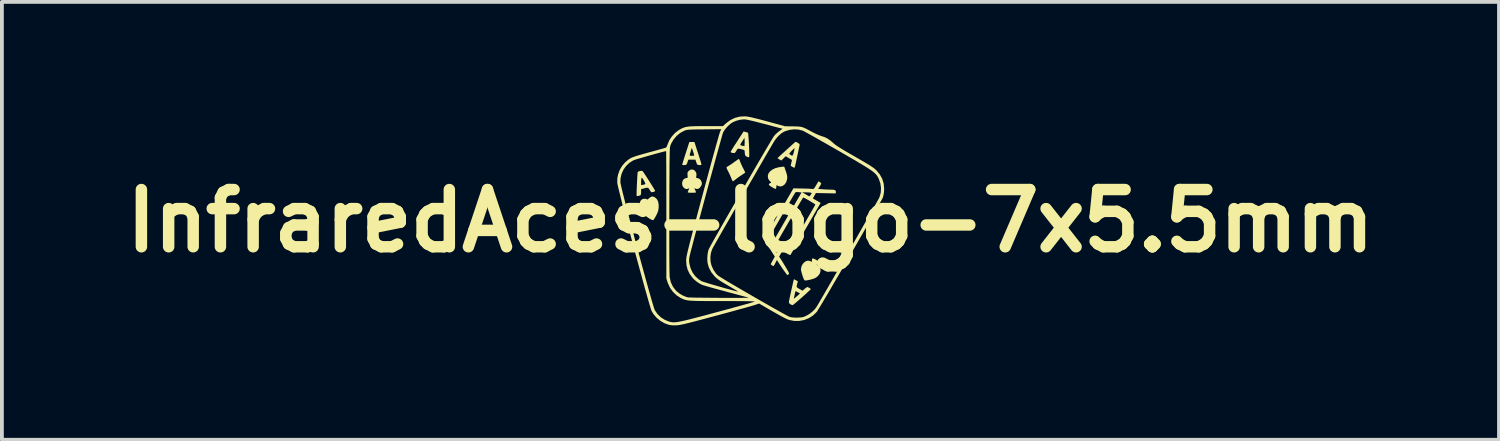
<source format=kicad_pcb>
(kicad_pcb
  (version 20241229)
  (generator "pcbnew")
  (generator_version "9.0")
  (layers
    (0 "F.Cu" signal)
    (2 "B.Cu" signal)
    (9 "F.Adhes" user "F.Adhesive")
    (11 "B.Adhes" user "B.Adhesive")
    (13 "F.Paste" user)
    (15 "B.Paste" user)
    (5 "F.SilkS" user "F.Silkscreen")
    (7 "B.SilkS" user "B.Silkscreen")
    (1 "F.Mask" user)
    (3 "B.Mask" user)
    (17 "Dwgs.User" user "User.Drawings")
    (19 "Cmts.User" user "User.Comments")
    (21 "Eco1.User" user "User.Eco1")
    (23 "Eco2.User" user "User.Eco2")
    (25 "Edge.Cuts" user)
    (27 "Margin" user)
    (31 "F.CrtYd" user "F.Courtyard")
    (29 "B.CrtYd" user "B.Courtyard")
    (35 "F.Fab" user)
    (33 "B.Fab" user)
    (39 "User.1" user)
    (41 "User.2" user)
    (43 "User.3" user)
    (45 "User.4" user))
  (footprint "InfraredAces-logo-7x5.5mm"
    (layer "F.Cu")
    (at 16.621 2.74)
    (property "Reference" "InfraredAces-logo-7x5.5mm" (at 0 0 0) (layer "F.SilkS") (effects (font (size 1.5 1.5) (thickness 0.3))))
    (attr board_only exclude_from_pos_files exclude_from_bom)
    (fp_poly (pts (xy -2.52 -0.625) (xy -2.5 -0.614) (xy -2.45 -0.568) (xy -2.418 -0.502) (xy -2.405 -0.417) (xy -2.405 -0.358) (xy -2.411 -0.303) (xy -2.421 -0.256) (xy -2.439 -0.207) (xy -2.468 -0.146) (xy -2.472 -0.139) (xy -2.5 -0.088) (xy -2.526 -0.047) (xy -2.546 -0.022) (xy -2.553 -0.017) (xy -2.574 -0.022) (xy -2.61 -0.04) (xy -2.656 -0.066) (xy -2.676 -0.079) (xy -2.755 -0.135) (xy -2.813 -0.189) (xy -2.858 -0.248) (xy -2.882 -0.29) (xy -2.905 -0.357) (xy -2.911 -0.425) (xy -2.899 -0.487) (xy -2.872 -0.538) (xy -2.836 -0.568) (xy -2.798 -0.579) (xy -2.756 -0.58) (xy -2.722 -0.571) (xy -2.709 -0.56) (xy -2.697 -0.562) (xy -2.672 -0.58) (xy -2.656 -0.595) (xy -2.611 -0.63) (xy -2.568 -0.64)) (stroke (width 0) (type solid)) (fill yes) (layer "F.SilkS"))
    (fp_poly (pts (xy 1.656 0.988) (xy 1.699 1.008) (xy 1.733 1.028) (xy 1.783 1.062) (xy 1.808 1.088) (xy 1.808 1.11) (xy 1.784 1.128) (xy 1.774 1.133) (xy 1.732 1.15) (xy 1.771 1.174) (xy 1.814 1.214) (xy 1.836 1.267) (xy 1.836 1.326) (xy 1.814 1.387) (xy 1.785 1.427) (xy 1.745 1.467) (xy 1.697 1.498) (xy 1.637 1.522) (xy 1.56 1.543) (xy 1.464 1.561) (xy 1.431 1.563) (xy 1.411 1.55) (xy 1.401 1.532) (xy 1.386 1.497) (xy 1.369 1.447) (xy 1.351 1.392) (xy 1.336 1.338) (xy 1.327 1.295) (xy 1.324 1.275) (xy 1.334 1.206) (xy 1.361 1.145) (xy 1.4 1.095) (xy 1.448 1.06) (xy 1.501 1.043) (xy 1.554 1.049) (xy 1.568 1.055) (xy 1.611 1.076) (xy 1.611 1.029) (xy 1.615 0.998) (xy 1.629 0.985)) (stroke (width 0) (type solid)) (fill yes) (layer "F.SilkS"))
    (fp_poly (pts (xy 0.911 -1.35) (xy 0.938 -1.271) (xy 0.956 -1.21) (xy 0.964 -1.162) (xy 0.964 -1.119) (xy 0.957 -1.075) (xy 0.956 -1.071) (xy 0.932 -1.004) (xy 0.893 -0.952) (xy 0.845 -0.917) (xy 0.792 -0.902) (xy 0.739 -0.91) (xy 0.721 -0.918) (xy 0.684 -0.94) (xy 0.68 -0.891) (xy 0.674 -0.858) (xy 0.664 -0.839) (xy 0.662 -0.839) (xy 0.644 -0.843) (xy 0.61 -0.859) (xy 0.567 -0.883) (xy 0.563 -0.885) (xy 0.513 -0.917) (xy 0.486 -0.942) (xy 0.481 -0.961) (xy 0.497 -0.978) (xy 0.508 -0.984) (xy 0.537 -1) (xy 0.542 -1.012) (xy 0.525 -1.029) (xy 0.515 -1.037) (xy 0.486 -1.07) (xy 0.465 -1.111) (xy 0.463 -1.114) (xy 0.455 -1.179) (xy 0.471 -1.24) (xy 0.511 -1.295) (xy 0.57 -1.342) (xy 0.648 -1.38) (xy 0.742 -1.406) (xy 0.807 -1.415) (xy 0.884 -1.423)) (stroke (width 0) (type solid)) (fill yes) (layer "F.SilkS"))
    (fp_poly (pts (xy -0.292 -1.612) (xy -0.279 -1.583) (xy -0.274 -1.566) (xy -0.26 -1.528) (xy -0.237 -1.474) (xy -0.209 -1.416) (xy -0.197 -1.391) (xy -0.171 -1.341) (xy -0.15 -1.299) (xy -0.139 -1.273) (xy -0.136 -1.267) (xy -0.147 -1.257) (xy -0.176 -1.237) (xy -0.216 -1.211) (xy -0.22 -1.208) (xy -0.277 -1.17) (xy -0.338 -1.127) (xy -0.377 -1.097) (xy -0.415 -1.067) (xy -0.445 -1.046) (xy -0.46 -1.037) (xy -0.461 -1.037) (xy -0.47 -1.049) (xy -0.486 -1.08) (xy -0.503 -1.123) (xy -0.528 -1.182) (xy -0.559 -1.249) (xy -0.582 -1.294) (xy -0.605 -1.339) (xy -0.621 -1.375) (xy -0.628 -1.396) (xy -0.628 -1.397) (xy -0.617 -1.414) (xy -0.589 -1.433) (xy -0.583 -1.436) (xy -0.553 -1.453) (xy -0.509 -1.482) (xy -0.457 -1.518) (xy -0.426 -1.541) (xy -0.378 -1.575) (xy -0.338 -1.603) (xy -0.311 -1.62) (xy -0.302 -1.624)) (stroke (width 0) (type solid)) (fill yes) (layer "F.SilkS"))
    (fp_poly (pts (xy -1.376 -1.781) (xy -1.349 -1.697) (xy -1.325 -1.621) (xy -1.305 -1.557) (xy -1.291 -1.509) (xy -1.284 -1.481) (xy -1.283 -1.477) (xy -1.293 -1.465) (xy -1.325 -1.462) (xy -1.34 -1.463) (xy -1.374 -1.467) (xy -1.393 -1.477) (xy -1.407 -1.501) (xy -1.42 -1.535) (xy -1.442 -1.604) (xy -1.535 -1.604) (xy -1.629 -1.604) (xy -1.651 -1.535) (xy -1.666 -1.496) (xy -1.68 -1.475) (xy -1.702 -1.466) (xy -1.731 -1.463) (xy -1.77 -1.463) (xy -1.787 -1.472) (xy -1.788 -1.477) (xy -1.783 -1.494) (xy -1.772 -1.534) (xy -1.754 -1.592) (xy -1.732 -1.663) (xy -1.715 -1.715) (xy -1.592 -1.715) (xy -1.578 -1.708) (xy -1.543 -1.706) (xy -1.536 -1.706) (xy -1.499 -1.708) (xy -1.477 -1.712) (xy -1.474 -1.714) (xy -1.478 -1.732) (xy -1.487 -1.766) (xy -1.5 -1.808) (xy -1.514 -1.851) (xy -1.526 -1.887) (xy -1.534 -1.908) (xy -1.536 -1.911) (xy -1.542 -1.899) (xy -1.552 -1.868) (xy -1.563 -1.832) (xy -1.576 -1.786) (xy -1.587 -1.747) (xy -1.592 -1.73) (xy -1.592 -1.715) (xy -1.715 -1.715) (xy -1.706 -1.744) (xy -1.694 -1.781) (xy -1.601 -2.068) (xy -1.535 -2.068) (xy -1.469 -2.068)) (stroke (width 0) (type solid)) (fill yes) (layer "F.SilkS"))
    (fp_poly (pts (xy -1.485 -1.336) (xy -1.449 -1.307) (xy -1.423 -1.265) (xy -1.413 -1.213) (xy -1.422 -1.156) (xy -1.423 -1.153) (xy -1.425 -1.133) (xy -1.408 -1.125) (xy -1.399 -1.124) (xy -1.345 -1.108) (xy -1.304 -1.07) (xy -1.282 -1.025) (xy -1.273 -0.985) (xy -1.277 -0.952) (xy -1.291 -0.919) (xy -1.327 -0.867) (xy -1.37 -0.84) (xy -1.418 -0.837) (xy -1.432 -0.842) (xy -1.473 -0.857) (xy -1.447 -0.806) (xy -1.433 -0.772) (xy -1.428 -0.749) (xy -1.429 -0.746) (xy -1.446 -0.741) (xy -1.483 -0.738) (xy -1.531 -0.737) (xy -1.535 -0.737) (xy -1.585 -0.738) (xy -1.623 -0.741) (xy -1.641 -0.745) (xy -1.642 -0.746) (xy -1.641 -0.762) (xy -1.63 -0.792) (xy -1.623 -0.808) (xy -1.607 -0.841) (xy -1.603 -0.854) (xy -1.611 -0.853) (xy -1.623 -0.847) (xy -1.67 -0.833) (xy -1.716 -0.846) (xy -1.738 -0.86) (xy -1.773 -0.902) (xy -1.79 -0.952) (xy -1.79 -1.005) (xy -1.775 -1.055) (xy -1.746 -1.094) (xy -1.705 -1.118) (xy -1.674 -1.123) (xy -1.656 -1.125) (xy -1.648 -1.135) (xy -1.646 -1.16) (xy -1.649 -1.197) (xy -1.651 -1.242) (xy -1.646 -1.272) (xy -1.63 -1.296) (xy -1.617 -1.311) (xy -1.573 -1.341) (xy -1.528 -1.348)) (stroke (width 0) (type solid)) (fill yes) (layer "F.SilkS"))
    (fp_poly (pts (xy -0.12 -2.328) (xy -0.061 -2.311) (xy -0.053 -2.214) (xy -0.047 -2.143) (xy -0.042 -2.065) (xy -0.038 -1.982) (xy -0.034 -1.901) (xy -0.032 -1.825) (xy -0.031 -1.76) (xy -0.031 -1.708) (xy -0.033 -1.676) (xy -0.036 -1.666) (xy -0.056 -1.671) (xy -0.089 -1.68) (xy -0.09 -1.68) (xy -0.122 -1.697) (xy -0.141 -1.73) (xy -0.149 -1.782) (xy -0.15 -1.816) (xy -0.154 -1.843) (xy -0.171 -1.859) (xy -0.202 -1.869) (xy -0.262 -1.885) (xy -0.301 -1.892) (xy -0.326 -1.891) (xy -0.343 -1.88) (xy -0.358 -1.857) (xy -0.366 -1.844) (xy -0.387 -1.809) (xy -0.405 -1.786) (xy -0.41 -1.781) (xy -0.432 -1.777) (xy -0.464 -1.781) (xy -0.496 -1.789) (xy -0.516 -1.8) (xy -0.519 -1.805) (xy -0.516 -1.815) (xy -0.506 -1.833) (xy -0.489 -1.863) (xy -0.462 -1.907) (xy -0.425 -1.966) (xy -0.408 -1.992) (xy -0.265 -1.992) (xy -0.255 -1.981) (xy -0.231 -1.974) (xy -0.216 -1.971) (xy -0.157 -1.958) (xy -0.153 -2.01) (xy -0.151 -2.059) (xy -0.152 -2.112) (xy -0.153 -2.119) (xy -0.157 -2.177) (xy -0.209 -2.096) (xy -0.242 -2.045) (xy -0.261 -2.012) (xy -0.265 -1.992) (xy -0.408 -1.992) (xy -0.375 -2.042) (xy -0.313 -2.138) (xy -0.278 -2.193) (xy -0.178 -2.345)) (stroke (width 0) (type solid)) (fill yes) (layer "F.SilkS"))
    (fp_poly (pts (xy 1.215 -2.06) (xy 1.241 -2.046) (xy 1.276 -2.023) (xy 1.29 -2.003) (xy 1.289 -1.987) (xy 1.285 -1.965) (xy 1.275 -1.921) (xy 1.262 -1.86) (xy 1.246 -1.786) (xy 1.229 -1.704) (xy 1.228 -1.699) (xy 1.207 -1.601) (xy 1.191 -1.526) (xy 1.179 -1.472) (xy 1.17 -1.434) (xy 1.163 -1.411) (xy 1.158 -1.398) (xy 1.153 -1.393) (xy 1.149 -1.392) (xy 1.132 -1.399) (xy 1.103 -1.415) (xy 1.097 -1.418) (xy 1.054 -1.444) (xy 1.072 -1.521) (xy 1.089 -1.597) (xy 1.007 -1.646) (xy 0.924 -1.694) (xy 0.867 -1.638) (xy 0.809 -1.582) (xy 0.76 -1.611) (xy 0.729 -1.63) (xy 0.711 -1.643) (xy 0.71 -1.645) (xy 0.719 -1.655) (xy 0.746 -1.68) (xy 0.786 -1.717) (xy 0.826 -1.753) (xy 1.017 -1.753) (xy 1.018 -1.752) (xy 1.041 -1.739) (xy 1.059 -1.726) (xy 1.084 -1.711) (xy 1.102 -1.712) (xy 1.116 -1.732) (xy 1.13 -1.774) (xy 1.137 -1.804) (xy 1.148 -1.851) (xy 1.155 -1.887) (xy 1.156 -1.905) (xy 1.156 -1.906) (xy 1.145 -1.899) (xy 1.121 -1.876) (xy 1.087 -1.843) (xy 1.077 -1.834) (xy 1.045 -1.797) (xy 1.023 -1.769) (xy 1.017 -1.753) (xy 0.826 -1.753) (xy 0.836 -1.763) (xy 0.894 -1.815) (xy 0.955 -1.871) (xy 1.016 -1.926) (xy 1.074 -1.978) (xy 1.126 -2.025) (xy 1.156 -2.051) (xy 1.175 -2.067) (xy 1.192 -2.07)) (stroke (width 0) (type solid)) (fill yes) (layer "F.SilkS"))
    (fp_poly (pts (xy -2.837 -1.31) (xy -2.826 -1.304) (xy -2.808 -1.28) (xy -2.781 -1.24) (xy -2.745 -1.186) (xy -2.705 -1.124) (xy -2.662 -1.057) (xy -2.619 -0.989) (xy -2.579 -0.925) (xy -2.544 -0.869) (xy -2.518 -0.824) (xy -2.501 -0.795) (xy -2.498 -0.786) (xy -2.51 -0.772) (xy -2.539 -0.76) (xy -2.577 -0.752) (xy -2.594 -0.751) (xy -2.607 -0.761) (xy -2.627 -0.789) (xy -2.642 -0.813) (xy -2.661 -0.844) (xy -2.678 -0.862) (xy -2.699 -0.869) (xy -2.73 -0.867) (xy -2.778 -0.855) (xy -2.814 -0.845) (xy -2.866 -0.832) (xy -2.866 -0.758) (xy -2.869 -0.715) (xy -2.875 -0.685) (xy -2.88 -0.675) (xy -2.912 -0.661) (xy -2.946 -0.653) (xy -2.974 -0.652) (xy -2.983 -0.656) (xy -2.984 -0.673) (xy -2.984 -0.711) (xy -2.983 -0.767) (xy -2.981 -0.837) (xy -2.978 -0.914) (xy -2.977 -0.938) (xy -2.866 -0.938) (xy -2.816 -0.946) (xy -2.78 -0.954) (xy -2.757 -0.964) (xy -2.755 -0.966) (xy -2.756 -0.982) (xy -2.77 -1.014) (xy -2.793 -1.056) (xy -2.796 -1.062) (xy -2.824 -1.105) (xy -2.84 -1.127) (xy -2.85 -1.131) (xy -2.856 -1.12) (xy -2.857 -1.116) (xy -2.862 -1.085) (xy -2.865 -1.039) (xy -2.866 -1.012) (xy -2.866 -0.938) (xy -2.977 -0.938) (xy -2.974 -0.994) (xy -2.97 -1.073) (xy -2.966 -1.145) (xy -2.962 -1.206) (xy -2.959 -1.252) (xy -2.956 -1.276) (xy -2.955 -1.278) (xy -2.938 -1.293) (xy -2.906 -1.305) (xy -2.868 -1.311)) (stroke (width 0) (type solid)) (fill yes) (layer "F.SilkS"))
    (fp_poly (pts (xy 1.152 1.535) (xy 1.178 1.548) (xy 1.209 1.564) (xy 1.233 1.579) (xy 1.242 1.588) (xy 1.239 1.601) (xy 1.23 1.633) (xy 1.223 1.661) (xy 1.213 1.699) (xy 1.211 1.723) (xy 1.22 1.742) (xy 1.245 1.761) (xy 1.288 1.786) (xy 1.3 1.793) (xy 1.366 1.83) (xy 1.422 1.782) (xy 1.456 1.755) (xy 1.482 1.737) (xy 1.491 1.733) (xy 1.511 1.74) (xy 1.54 1.755) (xy 1.567 1.772) (xy 1.582 1.786) (xy 1.583 1.788) (xy 1.573 1.8) (xy 1.546 1.827) (xy 1.505 1.865) (xy 1.454 1.912) (xy 1.396 1.964) (xy 1.336 2.017) (xy 1.275 2.07) (xy 1.219 2.119) (xy 1.17 2.16) (xy 1.132 2.19) (xy 1.108 2.208) (xy 1.103 2.21) (xy 1.08 2.202) (xy 1.048 2.185) (xy 1.044 2.183) (xy 1.014 2.156) (xy 1.008 2.128) (xy 1.008 2.126) (xy 1.013 2.096) (xy 1.023 2.048) (xy 1.026 2.032) (xy 1.136 2.032) (xy 1.141 2.034) (xy 1.163 2.021) (xy 1.196 1.994) (xy 1.212 1.981) (xy 1.251 1.947) (xy 1.281 1.92) (xy 1.296 1.905) (xy 1.297 1.903) (xy 1.286 1.895) (xy 1.26 1.88) (xy 1.228 1.863) (xy 1.199 1.849) (xy 1.183 1.843) (xy 1.183 1.843) (xy 1.178 1.855) (xy 1.169 1.887) (xy 1.161 1.926) (xy 1.151 1.974) (xy 1.141 2.013) (xy 1.136 2.032) (xy 1.026 2.032) (xy 1.036 1.985) (xy 1.051 1.913) (xy 1.068 1.836) (xy 1.085 1.759) (xy 1.102 1.686) (xy 1.116 1.622) (xy 1.128 1.572) (xy 1.136 1.541) (xy 1.139 1.532)) (stroke (width 0) (type solid)) (fill yes) (layer "F.SilkS"))
    (fp_poly (pts (xy 1.795 -1.032) (xy 1.818 -1.018) (xy 1.841 -1) (xy 1.855 -0.984) (xy 1.856 -0.981) (xy 1.849 -0.964) (xy 1.832 -0.931) (xy 1.816 -0.904) (xy 1.775 -0.839) (xy 1.867 -0.831) (xy 1.929 -0.826) (xy 2.002 -0.822) (xy 2.068 -0.82) (xy 2.139 -0.818) (xy 2.187 -0.814) (xy 2.217 -0.806) (xy 2.233 -0.792) (xy 2.238 -0.771) (xy 2.238 -0.761) (xy 2.238 -0.72) (xy 1.977 -0.725) (xy 1.716 -0.73) (xy 1.676 -0.659) (xy 1.636 -0.589) (xy 1.738 -0.53) (xy 1.84 -0.471) (xy 1.447 0.209) (xy 1.375 0.333) (xy 1.307 0.451) (xy 1.244 0.559) (xy 1.188 0.656) (xy 1.139 0.739) (xy 1.1 0.807) (xy 1.07 0.857) (xy 1.052 0.887) (xy 1.047 0.896) (xy 1.032 0.893) (xy 1 0.879) (xy 0.957 0.857) (xy 0.94 0.847) (xy 0.894 0.822) (xy 0.857 0.806) (xy 0.836 0.8) (xy 0.833 0.801) (xy 0.821 0.819) (xy 0.801 0.851) (xy 0.788 0.875) (xy 0.752 0.937) (xy 0.788 0.991) (xy 0.809 1.022) (xy 0.839 1.071) (xy 0.876 1.132) (xy 0.915 1.197) (xy 0.925 1.213) (xy 0.963 1.279) (xy 0.99 1.326) (xy 1.005 1.358) (xy 1.011 1.378) (xy 1.009 1.39) (xy 1.001 1.399) (xy 1 1.4) (xy 0.978 1.415) (xy 0.968 1.419) (xy 0.957 1.409) (xy 0.935 1.381) (xy 0.905 1.34) (xy 0.886 1.314) (xy 0.843 1.253) (xy 0.798 1.187) (xy 0.759 1.127) (xy 0.752 1.116) (xy 0.693 1.025) (xy 0.653 1.106) (xy 0.631 1.147) (xy 0.613 1.176) (xy 0.603 1.187) (xy 0.587 1.179) (xy 0.561 1.162) (xy 0.529 1.137) (xy 0.584 1.036) (xy 0.639 0.935) (xy 0.496 0.711) (xy 0.454 0.645) (xy 0.579 0.645) (xy 0.583 0.658) (xy 0.598 0.687) (xy 0.62 0.725) (xy 0.646 0.765) (xy 0.669 0.801) (xy 0.688 0.826) (xy 0.696 0.833) (xy 0.708 0.822) (xy 0.724 0.795) (xy 0.724 0.795) (xy 0.739 0.766) (xy 0.747 0.749) (xy 0.739 0.739) (xy 0.713 0.72) (xy 0.678 0.697) (xy 0.64 0.674) (xy 0.606 0.655) (xy 0.584 0.645) (xy 0.579 0.645) (xy 0.454 0.645) (xy 0.446 0.632) (xy 0.41 0.573) (xy 0.385 0.53) (xy 0.371 0.5) (xy 0.365 0.48) (xy 0.466 0.48) (xy 0.507 0.548) (xy 0.53 0.583) (xy 0.547 0.606) (xy 0.554 0.611) (xy 0.561 0.599) (xy 0.575 0.574) (xy 0.692 0.574) (xy 0.702 0.585) (xy 0.731 0.606) (xy 0.773 0.633) (xy 0.822 0.664) (xy 0.875 0.696) (xy 0.925 0.725) (xy 0.967 0.748) (xy 0.995 0.761) (xy 1.004 0.764) (xy 1.013 0.752) (xy 1.035 0.719) (xy 1.067 0.667) (xy 1.109 0.598) (xy 1.159 0.515) (xy 1.216 0.418) (xy 1.278 0.312) (xy 1.344 0.197) (xy 1.357 0.174) (xy 1.424 0.058) (xy 1.487 -0.051) (xy 1.544 -0.15) (xy 1.594 -0.238) (xy 1.636 -0.311) (xy 1.669 -0.368) (xy 1.691 -0.407) (xy 1.701 -0.425) (xy 1.702 -0.425) (xy 1.692 -0.435) (xy 1.664 -0.455) (xy 1.623 -0.481) (xy 1.573 -0.512) (xy 1.52 -0.543) (xy 1.47 -0.572) (xy 1.426 -0.595) (xy 1.395 -0.609) (xy 1.383 -0.613) (xy 1.374 -0.601) (xy 1.354 -0.568) (xy 1.323 -0.516) (xy 1.283 -0.45) (xy 1.236 -0.37) (xy 1.184 -0.281) (xy 1.127 -0.184) (xy 1.069 -0.083) (xy 1.009 0.019) (xy 0.95 0.121) (xy 0.893 0.219) (xy 0.841 0.31) (xy 0.793 0.393) (xy 0.753 0.463) (xy 0.722 0.518) (xy 0.701 0.556) (xy 0.693 0.574) (xy 0.692 0.574) (xy 0.575 0.574) (xy 0.581 0.565) (xy 0.612 0.512) (xy 0.653 0.441) (xy 0.703 0.355) (xy 0.76 0.257) (xy 0.824 0.147) (xy 0.892 0.028) (xy 0.948 -0.069) (xy 1.339 -0.744) (xy 1.29 -0.75) (xy 1.358 -0.75) (xy 1.447 -0.697) (xy 1.49 -0.671) (xy 1.525 -0.652) (xy 1.543 -0.643) (xy 1.544 -0.643) (xy 1.557 -0.652) (xy 1.576 -0.678) (xy 1.581 -0.686) (xy 1.61 -0.73) (xy 1.579 -0.739) (xy 1.551 -0.744) (xy 1.505 -0.747) (xy 1.454 -0.749) (xy 1.358 -0.75) (xy 1.29 -0.75) (xy 1.266 -0.753) (xy 1.213 -0.757) (xy 1.182 -0.749) (xy 1.179 -0.746) (xy 1.169 -0.732) (xy 1.147 -0.696) (xy 1.114 -0.641) (xy 1.072 -0.569) (xy 1.022 -0.482) (xy 0.964 -0.384) (xy 0.901 -0.275) (xy 0.834 -0.159) (xy 0.815 -0.125) (xy 0.466 0.48) (xy 0.365 0.48) (xy 0.364 0.48) (xy 0.365 0.465) (xy 0.368 0.458) (xy 0.378 0.442) (xy 0.399 0.403) (xy 0.433 0.346) (xy 0.475 0.272) (xy 0.527 0.183) (xy 0.585 0.082) (xy 0.649 -0.029) (xy 0.718 -0.147) (xy 0.755 -0.212) (xy 1.127 -0.853) (xy 1.345 -0.849) (xy 1.423 -0.847) (xy 1.496 -0.845) (xy 1.556 -0.842) (xy 1.599 -0.839) (xy 1.612 -0.838) (xy 1.636 -0.835) (xy 1.654 -0.839) (xy 1.671 -0.853) (xy 1.691 -0.883) (xy 1.72 -0.931) (xy 1.747 -0.977) (xy 1.768 -1.012) (xy 1.78 -1.033) (xy 1.782 -1.035)) (stroke (width 0) (type solid)) (fill yes) (layer "F.SilkS"))
    (fp_poly (pts (xy -0.13 -2.74) (xy -0.088 -2.735) (xy -0.034 -2.726) (xy 0.035 -2.712) (xy 0.12 -2.691) (xy 0.226 -2.665) (xy 0.353 -2.631) (xy 0.444 -2.606) (xy 0.908 -2.48) (xy 1.112 -2.478) (xy 1.196 -2.476) (xy 1.261 -2.473) (xy 1.316 -2.467) (xy 1.366 -2.455) (xy 1.417 -2.435) (xy 1.476 -2.407) (xy 1.549 -2.368) (xy 1.597 -2.342) (xy 1.667 -2.305) (xy 1.74 -2.271) (xy 1.807 -2.243) (xy 1.856 -2.225) (xy 1.945 -2.195) (xy 2.021 -2.158) (xy 2.093 -2.108) (xy 2.17 -2.042) (xy 2.199 -2.016) (xy 2.236 -1.988) (xy 2.284 -1.955) (xy 2.343 -1.917) (xy 2.417 -1.872) (xy 2.508 -1.817) (xy 2.619 -1.753) (xy 2.736 -1.686) (xy 2.859 -1.615) (xy 2.961 -1.556) (xy 3.045 -1.506) (xy 3.112 -1.466) (xy 3.166 -1.431) (xy 3.209 -1.402) (xy 3.244 -1.376) (xy 3.273 -1.352) (xy 3.299 -1.328) (xy 3.302 -1.324) (xy 3.391 -1.218) (xy 3.455 -1.102) (xy 3.493 -0.976) (xy 3.505 -0.841) (xy 3.504 -0.799) (xy 3.498 -0.735) (xy 3.487 -0.67) (xy 3.474 -0.619) (xy 3.473 -0.617) (xy 3.463 -0.595) (xy 3.439 -0.55) (xy 3.404 -0.486) (xy 3.359 -0.404) (xy 3.303 -0.305) (xy 3.239 -0.191) (xy 3.167 -0.065) (xy 3.089 0.072) (xy 3.005 0.219) (xy 2.917 0.373) (xy 2.825 0.533) (xy 2.731 0.696) (xy 2.636 0.862) (xy 2.54 1.027) (xy 2.444 1.192) (xy 2.351 1.353) (xy 2.26 1.508) (xy 2.173 1.657) (xy 2.091 1.798) (xy 2.015 1.928) (xy 1.945 2.045) (xy 1.884 2.149) (xy 1.831 2.236) (xy 1.788 2.306) (xy 1.757 2.357) (xy 1.737 2.387) (xy 1.733 2.392) (xy 1.638 2.482) (xy 1.529 2.551) (xy 1.409 2.598) (xy 1.282 2.622) (xy 1.152 2.623) (xy 1.024 2.599) (xy 0.961 2.577) (xy 0.927 2.561) (xy 0.874 2.534) (xy 0.806 2.498) (xy 0.727 2.454) (xy 0.64 2.405) (xy 0.554 2.356) (xy 0.228 2.167) (xy 0.097 2.21) (xy 0.061 2.221) (xy 0.002 2.238) (xy -0.079 2.261) (xy -0.178 2.289) (xy -0.294 2.32) (xy -0.423 2.356) (xy -0.562 2.394) (xy -0.71 2.434) (xy -0.864 2.476) (xy -0.928 2.493) (xy -1.107 2.541) (xy -1.262 2.582) (xy -1.395 2.617) (xy -1.508 2.647) (xy -1.602 2.671) (xy -1.681 2.69) (xy -1.746 2.706) (xy -1.8 2.717) (xy -1.844 2.726) (xy -1.88 2.732) (xy -1.911 2.735) (xy -1.938 2.737) (xy -1.945 2.738) (xy -2.021 2.738) (xy -2.091 2.733) (xy -2.138 2.725) (xy -2.255 2.682) (xy -2.365 2.618) (xy -2.463 2.536) (xy -2.544 2.44) (xy -2.591 2.361) (xy -2.601 2.333) (xy -2.618 2.281) (xy -2.641 2.206) (xy -2.669 2.111) (xy -2.701 1.998) (xy -2.738 1.868) (xy -2.778 1.725) (xy -2.821 1.569) (xy -2.866 1.403) (xy -2.914 1.229) (xy -2.963 1.049) (xy -3.013 0.865) (xy -3.063 0.679) (xy -3.112 0.493) (xy -3.161 0.309) (xy -3.209 0.129) (xy -3.254 -0.045) (xy -3.298 -0.211) (xy -3.338 -0.366) (xy -3.375 -0.509) (xy -3.407 -0.638) (xy -3.435 -0.751) (xy -3.458 -0.845) (xy -3.475 -0.919) (xy -3.486 -0.971) (xy -3.49 -0.997) (xy -3.49 -1.011) (xy -3.409 -1.011) (xy -3.405 -0.983) (xy -3.393 -0.93) (xy -3.376 -0.856) (xy -3.353 -0.761) (xy -3.325 -0.648) (xy -3.292 -0.519) (xy -3.255 -0.376) (xy -3.214 -0.221) (xy -3.171 -0.056) (xy -3.125 0.117) (xy -3.078 0.296) (xy -3.029 0.48) (xy -2.979 0.665) (xy -2.929 0.85) (xy -2.88 1.033) (xy -2.831 1.212) (xy -2.783 1.385) (xy -2.738 1.55) (xy -2.695 1.705) (xy -2.655 1.848) (xy -2.618 1.976) (xy -2.586 2.089) (xy -2.558 2.183) (xy -2.536 2.257) (xy -2.519 2.309) (xy -2.508 2.337) (xy -2.508 2.339) (xy -2.438 2.441) (xy -2.349 2.527) (xy -2.243 2.595) (xy -2.128 2.641) (xy -2.098 2.648) (xy -2.07 2.654) (xy -2.039 2.658) (xy -2.006 2.659) (xy -1.967 2.657) (xy -1.921 2.652) (xy -1.865 2.642) (xy -1.799 2.629) (xy -1.72 2.611) (xy -1.626 2.589) (xy -1.515 2.561) (xy -1.385 2.527) (xy -1.235 2.488) (xy -1.063 2.441) (xy -0.867 2.389) (xy -0.709 2.346) (xy -0.559 2.306) (xy -0.419 2.267) (xy -0.29 2.232) (xy -0.176 2.2) (xy -0.077 2.173) (xy 0.003 2.15) (xy 0.064 2.132) (xy 0.102 2.12) (xy 0.115 2.115) (xy 0.105 2.112) (xy 0.067 2.11) (xy 0.004 2.107) (xy -0.085 2.105) (xy -0.199 2.104) (xy -0.338 2.103) (xy -0.501 2.102) (xy -0.687 2.102) (xy -0.724 2.102) (xy -0.908 2.102) (xy -1.066 2.101) (xy -1.202 2.101) (xy -1.317 2.1) (xy -1.413 2.098) (xy -1.493 2.095) (xy -1.56 2.092) (xy -1.614 2.087) (xy -1.659 2.081) (xy -1.697 2.073) (xy -1.73 2.064) (xy -1.759 2.053) (xy -1.789 2.04) (xy -1.819 2.025) (xy -1.826 2.022) (xy -1.937 1.95) (xy -2.033 1.858) (xy -2.111 1.749) (xy -2.167 1.625) (xy -2.174 1.604) (xy -2.204 1.508) (xy -2.204 0.285) (xy -2.127 0.285) (xy -2.127 0.523) (xy -2.127 0.735) (xy -2.126 0.921) (xy -2.125 1.081) (xy -2.124 1.215) (xy -2.122 1.322) (xy -2.12 1.403) (xy -2.118 1.456) (xy -2.116 1.479) (xy -2.087 1.607) (xy -2.034 1.721) (xy -1.958 1.822) (xy -1.945 1.835) (xy -1.871 1.897) (xy -1.784 1.95) (xy -1.695 1.989) (xy -1.638 2.005) (xy -1.616 2.007) (xy -1.571 2.008) (xy -1.507 2.01) (xy -1.425 2.012) (xy -1.328 2.013) (xy -1.22 2.014) (xy -1.103 2.015) (xy -0.98 2.016) (xy -0.854 2.017) (xy -0.728 2.018) (xy -0.605 2.018) (xy -0.486 2.018) (xy -0.377 2.018) (xy -0.278 2.018) (xy -0.193 2.017) (xy -0.125 2.016) (xy -0.077 2.015) (xy -0.051 2.014) (xy -0.048 2.013) (xy -0.063 2.008) (xy -0.103 1.997) (xy -0.163 1.981) (xy -0.241 1.96) (xy -0.334 1.935) (xy -0.44 1.906) (xy -0.556 1.876) (xy -0.628 1.856) (xy -0.751 1.823) (xy -0.868 1.791) (xy -0.976 1.762) (xy -1.072 1.735) (xy -1.153 1.712) (xy -1.215 1.693) (xy -1.256 1.68) (xy -1.268 1.676) (xy -1.336 1.641) (xy -1.409 1.592) (xy -1.477 1.536) (xy -1.515 1.496) (xy -1.593 1.39) (xy -1.646 1.28) (xy -1.676 1.164) (xy -1.684 1.051) (xy -1.608 1.051) (xy -1.603 1.103) (xy -1.601 1.116) (xy -1.57 1.238) (xy -1.518 1.351) (xy -1.446 1.451) (xy -1.357 1.532) (xy -1.275 1.583) (xy -1.251 1.592) (xy -1.204 1.607) (xy -1.139 1.627) (xy -1.059 1.652) (xy -0.968 1.678) (xy -0.869 1.707) (xy -0.767 1.736) (xy -0.666 1.765) (xy -0.569 1.791) (xy -0.481 1.816) (xy -0.404 1.836) (xy -0.343 1.851) (xy -0.328 1.855) (xy -0.33 1.849) (xy -0.335 1.844) (xy -0.35 1.834) (xy -0.386 1.812) (xy -0.437 1.782) (xy -0.502 1.744) (xy -0.575 1.702) (xy -0.601 1.687) (xy -0.692 1.634) (xy -0.764 1.59) (xy -0.82 1.553) (xy -0.865 1.52) (xy -0.903 1.488) (xy -0.938 1.454) (xy -0.94 1.452) (xy -1.027 1.344) (xy -1.088 1.227) (xy -1.12 1.121) (xy -1.13 1.042) (xy -1.13 0.95) (xy -1.129 0.948) (xy -1.05 0.948) (xy -1.046 1.061) (xy -1.024 1.16) (xy -0.972 1.279) (xy -0.904 1.378) (xy -0.853 1.43) (xy -0.831 1.446) (xy -0.787 1.474) (xy -0.724 1.513) (xy -0.644 1.562) (xy -0.55 1.618) (xy -0.443 1.681) (xy -0.327 1.749) (xy -0.203 1.821) (xy -0.075 1.896) (xy 0.057 1.972) (xy 0.189 2.048) (xy 0.32 2.123) (xy 0.446 2.195) (xy 0.566 2.264) (xy 0.678 2.326) (xy 0.778 2.383) (xy 0.865 2.431) (xy 0.937 2.47) (xy 0.99 2.498) (xy 1.023 2.514) (xy 1.031 2.517) (xy 1.089 2.529) (xy 1.163 2.535) (xy 1.235 2.535) (xy 1.303 2.532) (xy 1.352 2.527) (xy 1.394 2.517) (xy 1.436 2.5) (xy 1.463 2.488) (xy 1.541 2.443) (xy 1.617 2.385) (xy 1.683 2.321) (xy 1.726 2.266) (xy 1.746 2.233) (xy 1.778 2.18) (xy 1.82 2.108) (xy 1.872 2.019) (xy 1.933 1.914) (xy 2.001 1.796) (xy 2.076 1.667) (xy 2.157 1.527) (xy 2.242 1.379) (xy 2.331 1.225) (xy 2.422 1.067) (xy 2.515 0.906) (xy 2.608 0.744) (xy 2.7 0.583) (xy 2.791 0.425) (xy 2.879 0.271) (xy 2.963 0.123) (xy 3.042 -0.016) (xy 3.116 -0.145) (xy 3.183 -0.263) (xy 3.242 -0.367) (xy 3.292 -0.455) (xy 3.332 -0.526) (xy 3.361 -0.579) (xy 3.378 -0.61) (xy 3.382 -0.618) (xy 3.415 -0.736) (xy 3.423 -0.859) (xy 3.406 -0.982) (xy 3.364 -1.102) (xy 3.356 -1.118) (xy 3.341 -1.147) (xy 3.324 -1.175) (xy 3.305 -1.202) (xy 3.282 -1.229) (xy 3.252 -1.257) (xy 3.215 -1.288) (xy 3.17 -1.322) (xy 3.113 -1.36) (xy 3.044 -1.405) (xy 2.96 -1.456) (xy 2.861 -1.516) (xy 2.745 -1.585) (xy 2.61 -1.663) (xy 2.454 -1.754) (xy 2.293 -1.847) (xy 2.151 -1.928) (xy 2.015 -2.006) (xy 1.886 -2.079) (xy 1.767 -2.147) (xy 1.66 -2.208) (xy 1.566 -2.26) (xy 1.488 -2.303) (xy 1.428 -2.336) (xy 1.388 -2.357) (xy 1.372 -2.365) (xy 1.265 -2.393) (xy 1.149 -2.4) (xy 1.031 -2.387) (xy 0.917 -2.353) (xy 0.868 -2.331) (xy 0.804 -2.289) (xy 0.736 -2.228) (xy 0.672 -2.157) (xy 0.619 -2.081) (xy 0.617 -2.077) (xy 0.58 -2.014) (xy 0.532 -1.933) (xy 0.475 -1.835) (xy 0.41 -1.723) (xy 0.338 -1.599) (xy 0.26 -1.464) (xy 0.177 -1.32) (xy 0.09 -1.168) (xy -0.001 -1.012) (xy -0.093 -0.852) (xy -0.186 -0.69) (xy -0.279 -0.529) (xy -0.371 -0.369) (xy -0.46 -0.213) (xy -0.546 -0.063) (xy -0.628 0.08) (xy -0.705 0.213) (xy -0.775 0.336) (xy -0.837 0.445) (xy -0.891 0.54) (xy -0.935 0.618) (xy -0.969 0.678) (xy -0.991 0.718) (xy -1 0.735) (xy -1.035 0.836) (xy -1.05 0.948) (xy -1.129 0.948) (xy -1.121 0.858) (xy -1.104 0.776) (xy -1.096 0.751) (xy -1.086 0.729) (xy -1.062 0.685) (xy -1.027 0.621) (xy -0.982 0.539) (xy -0.927 0.441) (xy -0.863 0.328) (xy -0.792 0.203) (xy -0.714 0.066) (xy -0.63 -0.08) (xy -0.543 -0.233) (xy -0.452 -0.392) (xy -0.358 -0.554) (xy -0.263 -0.719) (xy -0.168 -0.884) (xy -0.074 -1.047) (xy 0.019 -1.207) (xy 0.108 -1.361) (xy 0.194 -1.509) (xy 0.275 -1.648) (xy 0.35 -1.776) (xy 0.418 -1.892) (xy 0.478 -1.993) (xy 0.529 -2.079) (xy 0.57 -2.147) (xy 0.6 -2.195) (xy 0.617 -2.222) (xy 0.619 -2.224) (xy 0.661 -2.271) (xy 0.714 -2.32) (xy 0.762 -2.357) (xy 0.802 -2.385) (xy 0.829 -2.405) (xy 0.841 -2.415) (xy 0.841 -2.416) (xy 0.826 -2.419) (xy 0.788 -2.429) (xy 0.73 -2.444) (xy 0.655 -2.464) (xy 0.566 -2.487) (xy 0.465 -2.514) (xy 0.373 -2.539) (xy 0.226 -2.577) (xy 0.103 -2.609) (xy 0.004 -2.632) (xy -0.073 -2.649) (xy -0.128 -2.658) (xy -0.163 -2.661) (xy -0.267 -2.652) (xy -0.373 -2.624) (xy -0.466 -2.584) (xy -0.529 -2.541) (xy -0.594 -2.481) (xy -0.654 -2.414) (xy -0.701 -2.346) (xy -0.716 -2.317) (xy -0.723 -2.297) (xy -0.737 -2.252) (xy -0.756 -2.185) (xy -0.781 -2.097) (xy -0.81 -1.992) (xy -0.844 -1.869) (xy -0.882 -1.733) (xy -0.923 -1.584) (xy -0.966 -1.425) (xy -1.012 -1.257) (xy -1.06 -1.083) (xy -1.108 -0.905) (xy -1.157 -0.725) (xy -1.206 -0.544) (xy -1.254 -0.365) (xy -1.301 -0.19) (xy -1.347 -0.02) (xy -1.39 0.142) (xy -1.431 0.294) (xy -1.468 0.434) (xy -1.501 0.561) (xy -1.53 0.672) (xy -1.555 0.765) (xy -1.573 0.838) (xy -1.586 0.89) (xy -1.587 0.893) (xy -1.601 0.957) (xy -1.607 1.007) (xy -1.608 1.051) (xy -1.684 1.051) (xy -1.684 1.044) (xy -1.684 1.025) (xy -1.683 1.005) (xy -1.681 0.984) (xy -1.678 0.959) (xy -1.673 0.929) (xy -1.666 0.892) (xy -1.656 0.848) (xy -1.644 0.794) (xy -1.628 0.729) (xy -1.609 0.652) (xy -1.585 0.561) (xy -1.558 0.455) (xy -1.525 0.331) (xy -1.487 0.189) (xy -1.444 0.028) (xy -1.395 -0.156) (xy -1.34 -0.362) (xy -1.278 -0.592) (xy -1.257 -0.669) (xy -1.203 -0.873) (xy -1.149 -1.07) (xy -1.098 -1.26) (xy -1.049 -1.44) (xy -1.003 -1.608) (xy -0.96 -1.763) (xy -0.921 -1.903) (xy -0.887 -2.026) (xy -0.857 -2.131) (xy -0.833 -2.216) (xy -0.815 -2.279) (xy -0.802 -2.319) (xy -0.798 -2.331) (xy -0.765 -2.404) (xy -1.212 -2.399) (xy -1.334 -2.398) (xy -1.433 -2.397) (xy -1.511 -2.395) (xy -1.571 -2.393) (xy -1.617 -2.39) (xy -1.652 -2.386) (xy -1.679 -2.382) (xy -1.702 -2.375) (xy -1.724 -2.368) (xy -1.735 -2.363) (xy -1.84 -2.306) (xy -1.935 -2.227) (xy -2.016 -2.132) (xy -2.078 -2.025) (xy -2.098 -1.973) (xy -2.102 -1.961) (xy -2.105 -1.946) (xy -2.108 -1.927) (xy -2.111 -1.902) (xy -2.113 -1.869) (xy -2.115 -1.828) (xy -2.117 -1.776) (xy -2.118 -1.712) (xy -2.119 -1.635) (xy -2.121 -1.543) (xy -2.122 -1.435) (xy -2.122 -1.309) (xy -2.123 -1.164) (xy -2.124 -0.998) (xy -2.125 -0.809) (xy -2.125 -0.597) (xy -2.126 -0.36) (xy -2.126 -0.266) (xy -2.127 0.022) (xy -2.127 0.285) (xy -2.204 0.285) (xy -2.204 -0.16) (xy -2.204 -0.371) (xy -2.204 -0.575) (xy -2.205 -0.769) (xy -2.205 -0.951) (xy -2.205 -1.122) (xy -2.206 -1.278) (xy -2.206 -1.417) (xy -2.207 -1.54) (xy -2.208 -1.643) (xy -2.208 -1.725) (xy -2.209 -1.784) (xy -2.21 -1.819) (xy -2.211 -1.829) (xy -2.232 -1.825) (xy -2.275 -1.815) (xy -2.336 -1.799) (xy -2.411 -1.779) (xy -2.497 -1.756) (xy -2.589 -1.73) (xy -2.683 -1.704) (xy -2.775 -1.677) (xy -2.861 -1.652) (xy -2.938 -1.63) (xy -3 -1.611) (xy -3.045 -1.596) (xy -3.067 -1.588) (xy -3.169 -1.525) (xy -3.256 -1.443) (xy -3.327 -1.345) (xy -3.377 -1.235) (xy -3.405 -1.119) (xy -3.409 -1.011) (xy -3.49 -1.011) (xy -3.49 -1.108) (xy -3.471 -1.212) (xy -3.433 -1.319) (xy -3.418 -1.351) (xy -3.358 -1.449) (xy -3.279 -1.539) (xy -3.187 -1.615) (xy -3.124 -1.652) (xy -3.086 -1.668) (xy -3.024 -1.69) (xy -2.942 -1.716) (xy -2.842 -1.745) (xy -2.729 -1.777) (xy -2.637 -1.802) (xy -2.535 -1.829) (xy -2.442 -1.855) (xy -2.36 -1.878) (xy -2.293 -1.897) (xy -2.244 -1.911) (xy -2.217 -1.92) (xy -2.213 -1.921) (xy -2.199 -1.939) (xy -2.182 -1.975) (xy -2.17 -2.011) (xy -2.125 -2.116) (xy -2.058 -2.216) (xy -1.975 -2.306) (xy -1.88 -2.379) (xy -1.842 -2.401) (xy -1.8 -2.423) (xy -1.761 -2.44) (xy -1.721 -2.454) (xy -1.677 -2.464) (xy -1.625 -2.472) (xy -1.562 -2.478) (xy -1.484 -2.481) (xy -1.389 -2.483) (xy -1.272 -2.484) (xy -1.163 -2.484) (xy -0.721 -2.484) (xy -0.642 -2.556) (xy -0.529 -2.641) (xy -0.407 -2.7) (xy -0.278 -2.733) (xy -0.142 -2.74)) (stroke (width 0) (type solid)) (fill yes) (layer "F.SilkS")))
  (gr_rect
    (start -3 -3)
    (end 36.243 8.478)
    (stroke (width 0.1) (type default))
    (fill no)
    (layer "Edge.Cuts")))
</source>
